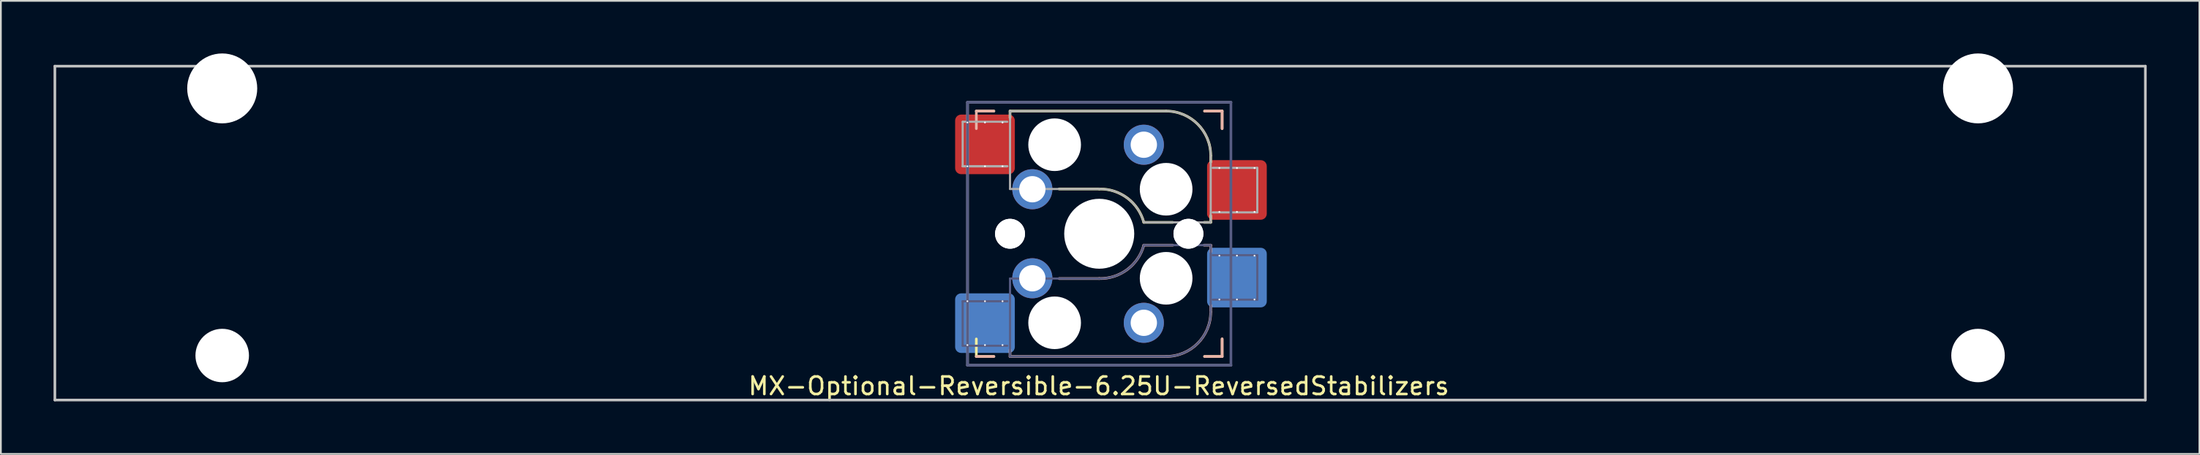
<source format=kicad_pcb>
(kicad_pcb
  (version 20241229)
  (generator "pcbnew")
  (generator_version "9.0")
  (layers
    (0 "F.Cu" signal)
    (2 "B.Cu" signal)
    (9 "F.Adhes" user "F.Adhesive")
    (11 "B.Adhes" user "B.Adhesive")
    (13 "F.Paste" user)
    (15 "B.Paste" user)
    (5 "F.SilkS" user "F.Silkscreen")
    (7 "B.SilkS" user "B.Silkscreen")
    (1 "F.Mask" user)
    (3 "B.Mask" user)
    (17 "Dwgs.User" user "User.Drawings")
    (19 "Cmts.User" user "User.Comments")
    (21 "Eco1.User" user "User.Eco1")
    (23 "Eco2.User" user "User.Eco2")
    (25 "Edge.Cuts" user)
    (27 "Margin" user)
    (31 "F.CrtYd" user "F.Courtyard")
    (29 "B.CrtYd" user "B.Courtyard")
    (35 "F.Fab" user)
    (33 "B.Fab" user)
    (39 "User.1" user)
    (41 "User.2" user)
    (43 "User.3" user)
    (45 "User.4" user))
  (footprint "MX-Optional-Reversible-6.25U-ReversedStabilizers"
    (layer "F.Cu")
    (at 59.606 10.249)
    (property "Reference" "MX-Optional-Reversible-6.25U-ReversedStabilizers" (at -0.077 8.726 180) (layer "F.SilkS") (effects (font (size 1 1) (thickness 0.15))))
    (attr smd)
    (fp_rect (start -8.258 -6.062) (end -4.858 -4.062) (stroke (width 0.1) (type solid)) (fill yes) (layer "F.Mask"))
    (fp_rect (start 6.092 -3.462) (end 9.492 -1.462) (stroke (width 0.1) (type solid)) (fill yes) (layer "F.Mask"))
    (fp_rect (start -4.858 4.138) (end -8.258 6.138) (stroke (width 0.1) (type solid)) (fill yes) (layer "B.Mask"))
    (fp_rect (start 9.492 1.538) (end 6.092 3.538) (stroke (width 0.1) (type solid)) (fill yes) (layer "B.Mask"))
    (fp_line (start -7.051 -6.962) (end -6.051 -6.962) (stroke (width 0.15) (type solid)) (layer "F.SilkS"))
    (fp_line (start -7.051 7.038) (end -7.051 6.038) (stroke (width 0.15) (type solid)) (layer "F.SilkS"))
    (fp_line (start -6.051 7.038) (end -7.051 7.038) (stroke (width 0.15) (type solid)) (layer "F.SilkS"))
    (fp_line (start -5.131 -6.581) (end -5.131 -6.962) (stroke (width 0.15) (type solid)) (layer "F.SilkS"))
    (fp_line (start -2.337 -2.517) (end -0.051 -2.517) (stroke (width 0.15) (type solid)) (layer "F.SilkS"))
    (fp_line (start 2.489 -0.612) (end 4.14 -0.612) (stroke (width 0.15) (type solid)) (layer "F.SilkS"))
    (fp_line (start 3.759 -6.962) (end -5.131 -6.962) (stroke (width 0.15) (type solid)) (layer "F.SilkS"))
    (fp_line (start 5.918 -0.612) (end 6.299 -0.612) (stroke (width 0.15) (type solid)) (layer "F.SilkS"))
    (fp_line (start 5.949 -6.962) (end 6.949 -6.962) (stroke (width 0.15) (type solid)) (layer "F.SilkS"))
    (fp_line (start 6.299 -4.041) (end 6.299 -4.422) (stroke (width 0.15) (type solid)) (layer "F.SilkS"))
    (fp_line (start 6.299 -0.612) (end 6.299 -0.993) (stroke (width 0.15) (type solid)) (layer "F.SilkS"))
    (fp_line (start 6.949 -6.962) (end 6.949 -5.962) (stroke (width 0.15) (type solid)) (layer "F.SilkS"))
    (fp_line (start 6.949 6.038) (end 6.949 7.038) (stroke (width 0.15) (type solid)) (layer "F.SilkS"))
    (fp_line (start 6.949 7.038) (end 5.949 7.038) (stroke (width 0.15) (type solid)) (layer "F.SilkS"))
    (fp_arc (start -0.05085 -2.51696) (mid 1.54712 -2.001754) (end 2.48915 -0.61196) (stroke (width 0.15) (type solid)) (layer "F.SilkS"))
    (fp_arc (start 3.75915 -6.96196) (mid 5.555201 -6.218011) (end 6.29915 -4.42196) (stroke (width 0.15) (type solid)) (layer "F.SilkS"))
    (fp_line (start -7.051 -6.962) (end -6.051 -6.962) (stroke (width 0.15) (type solid)) (layer "B.SilkS"))
    (fp_line (start -7.05 -6.96) (end -7.05 -5.96) (stroke (width 0.15) (type solid)) (layer "B.SilkS"))
    (fp_line (start -6.051 7.038) (end -7.051 7.038) (stroke (width 0.15) (type solid)) (layer "B.SilkS"))
    (fp_line (start -5.131 7.038) (end -5.131 6.657) (stroke (width 0.15) (type solid)) (layer "B.SilkS"))
    (fp_line (start -5.131 7.038) (end 3.759 7.038) (stroke (width 0.15) (type solid)) (layer "B.SilkS"))
    (fp_line (start -0.051 2.593) (end -2.337 2.593) (stroke (width 0.15) (type solid)) (layer "B.SilkS"))
    (fp_line (start 4.14 0.688) (end 2.489 0.688) (stroke (width 0.15) (type solid)) (layer "B.SilkS"))
    (fp_line (start 5.949 -6.962) (end 6.949 -6.962) (stroke (width 0.15) (type solid)) (layer "B.SilkS"))
    (fp_line (start 6.299 0.688) (end 5.918 0.688) (stroke (width 0.15) (type solid)) (layer "B.SilkS"))
    (fp_line (start 6.299 1.069) (end 6.299 0.688) (stroke (width 0.15) (type solid)) (layer "B.SilkS"))
    (fp_line (start 6.299 4.498) (end 6.299 4.117) (stroke (width 0.15) (type solid)) (layer "B.SilkS"))
    (fp_line (start 6.949 -6.962) (end 6.949 -5.962) (stroke (width 0.15) (type solid)) (layer "B.SilkS"))
    (fp_line (start 6.949 6.038) (end 6.949 7.038) (stroke (width 0.15) (type solid)) (layer "B.SilkS"))
    (fp_line (start 6.949 7.038) (end 5.949 7.038) (stroke (width 0.15) (type solid)) (layer "B.SilkS"))
    (fp_arc (start 2.48915 0.68804) (mid 1.547119 2.077831) (end -0.05085 2.59304) (stroke (width 0.15) (type solid)) (layer "B.SilkS"))
    (fp_arc (start 6.29915 4.49804) (mid 5.555201 6.294091) (end 3.75915 7.03804) (stroke (width 0.15) (type solid)) (layer "B.SilkS"))
    (fp_line (start -59.531 9.525) (end -59.531 -9.525) (stroke (width 0.15) (type solid)) (layer "Dwgs.User"))
    (fp_line (start 59.531 -9.525) (end -59.531 -9.525) (stroke (width 0.15) (type solid)) (layer "Dwgs.User"))
    (fp_line (start 59.531 9.525) (end -59.531 9.525) (stroke (width 0.15) (type solid)) (layer "Dwgs.User"))
    (fp_line (start 59.531 9.525) (end 59.531 -9.525) (stroke (width 0.15) (type solid)) (layer "Dwgs.User"))
    (fp_line (start -6.951 6.938) (end 6.849 6.938) (stroke (width 0.15) (type solid)) (layer "Eco2.User"))
    (fp_line (start -6.95 -6.86) (end -6.95 6.94) (stroke (width 0.15) (type solid)) (layer "Eco2.User"))
    (fp_line (start 6.848 6.94) (end 6.848 -6.86) (stroke (width 0.15) (type solid)) (layer "Eco2.User"))
    (fp_line (start 6.849 -6.862) (end -6.951 -6.862) (stroke (width 0.15) (type solid)) (layer "Eco2.User"))
    (fp_line (start -7.828 3.888) (end -7.828 6.428) (stroke (width 0.12) (type solid)) (layer "B.Fab"))
    (fp_line (start -7.828 6.428) (end -5.288 6.428) (stroke (width 0.12) (type solid)) (layer "B.Fab"))
    (fp_line (start -7.551 -7.462) (end 7.449 -7.462) (stroke (width 0.15) (type solid)) (layer "B.Fab"))
    (fp_line (start -7.551 7.538) (end -7.551 -7.462) (stroke (width 0.15) (type solid)) (layer "B.Fab"))
    (fp_line (start -5.288 3.888) (end -7.828 3.888) (stroke (width 0.12) (type solid)) (layer "B.Fab"))
    (fp_line (start -5.288 3.888) (end -7.828 3.888) (stroke (width 0.12) (type solid)) (layer "B.Fab"))
    (fp_line (start -5.131 2.593) (end -5.131 7.038) (stroke (width 0.12) (type solid)) (layer "B.Fab"))
    (fp_line (start -5.131 7.038) (end 3.759 7.038) (stroke (width 0.12) (type solid)) (layer "B.Fab"))
    (fp_line (start -0.051 2.593) (end -5.131 2.593) (stroke (width 0.12) (type solid)) (layer "B.Fab"))
    (fp_line (start 6.299 0.688) (end 2.489 0.688) (stroke (width 0.12) (type solid)) (layer "B.Fab"))
    (fp_line (start 6.299 4.498) (end 6.299 0.688) (stroke (width 0.12) (type solid)) (layer "B.Fab"))
    (fp_line (start 6.412 3.798) (end 8.952 3.798) (stroke (width 0.12) (type solid)) (layer "B.Fab"))
    (fp_line (start 7.449 -7.462) (end 7.449 7.538) (stroke (width 0.15) (type solid)) (layer "B.Fab"))
    (fp_line (start 7.449 7.538) (end -7.551 7.538) (stroke (width 0.15) (type solid)) (layer "B.Fab"))
    (fp_line (start 8.952 1.258) (end 6.412 1.258) (stroke (width 0.12) (type solid)) (layer "B.Fab"))
    (fp_line (start 8.952 3.798) (end 8.952 1.258) (stroke (width 0.12) (type solid)) (layer "B.Fab"))
    (fp_arc (start 2.48915 0.68804) (mid 1.547122 2.077836) (end -0.05085 2.59304) (stroke (width 0.12) (type solid)) (layer "B.Fab"))
    (fp_arc (start 6.29915 4.49804) (mid 5.555201 6.294091) (end 3.75915 7.03804) (stroke (width 0.12) (type solid)) (layer "B.Fab"))
    (fp_line (start -7.828 -6.352) (end -7.828 -3.812) (stroke (width 0.12) (type solid)) (layer "F.Fab"))
    (fp_line (start -7.828 -3.812) (end -5.288 -3.812) (stroke (width 0.12) (type solid)) (layer "F.Fab"))
    (fp_line (start -7.828 -3.812) (end -5.288 -3.812) (stroke (width 0.12) (type solid)) (layer "F.Fab"))
    (fp_line (start -7.551 -7.462) (end 7.449 -7.462) (stroke (width 0.15) (type solid)) (layer "F.Fab"))
    (fp_line (start -7.551 7.538) (end -7.551 -7.462) (stroke (width 0.15) (type solid)) (layer "F.Fab"))
    (fp_line (start -5.288 -6.352) (end -7.828 -6.352) (stroke (width 0.12) (type solid)) (layer "F.Fab"))
    (fp_line (start -5.131 -6.962) (end -5.131 -2.517) (stroke (width 0.12) (type solid)) (layer "F.Fab"))
    (fp_line (start -5.131 -2.517) (end -0.051 -2.517) (stroke (width 0.12) (type solid)) (layer "F.Fab"))
    (fp_line (start 2.489 -0.612) (end 6.299 -0.612) (stroke (width 0.12) (type solid)) (layer "F.Fab"))
    (fp_line (start 3.759 -6.962) (end -5.131 -6.962) (stroke (width 0.12) (type solid)) (layer "F.Fab"))
    (fp_line (start 6.299 -0.612) (end 6.299 -4.422) (stroke (width 0.12) (type solid)) (layer "F.Fab"))
    (fp_line (start 6.412 -1.182) (end 8.952 -1.182) (stroke (width 0.12) (type solid)) (layer "F.Fab"))
    (fp_line (start 7.449 7.538) (end -7.551 7.538) (stroke (width 0.15) (type solid)) (layer "F.Fab"))
    (fp_line (start 8.952 -3.722) (end 6.412 -3.722) (stroke (width 0.12) (type solid)) (layer "F.Fab"))
    (fp_line (start 8.952 -1.182) (end 8.952 -3.722) (stroke (width 0.12) (type solid)) (layer "F.Fab"))
    (fp_arc (start -0.05085 -2.51696) (mid 1.547122 -2.001755) (end 2.48915 -0.61196) (stroke (width 0.12) (type solid)) (layer "F.Fab"))
    (fp_arc (start 3.75915 -6.96196) (mid 5.555201 -6.218011) (end 6.29915 -4.42196) (stroke (width 0.12) (type solid)) (layer "F.Fab"))
    (pad "" np_thru_hole circle (at -50 -8.255) (size 3.988 3.988) (drill 3.988) (layers "*.Cu" "*.Mask"))
    (pad "" np_thru_hole circle (at -50 6.985) (size 3.048 3.048) (drill 3.048) (layers "*.Cu" "*.Mask"))
    (pad "" np_thru_hole circle (at -5.131 0.038) (size 1.702 1.702) (drill 1.702) (layers "*.Cu" "*.Mask"))
    (pad "" np_thru_hole circle (at -5.131 0.038 180) (size 1.702 1.702) (drill 1.702) (layers "*.Cu" "*.Mask"))
    (pad "" np_thru_hole circle (at -2.591 -5.042) (size 3 3) (drill 3) (layers "*.Cu" "*.Mask"))
    (pad "" np_thru_hole circle (at -2.591 5.118 180) (size 3 3) (drill 3) (layers "*.Cu" "*.Mask"))
    (pad "" np_thru_hole circle (at -0.051 0.038) (size 3.988 3.988) (drill 3.988) (layers "*.Cu" "*.Mask"))
    (pad "" np_thru_hole circle (at 3.759 -2.502) (size 3 3) (drill 3) (layers "*.Cu" "*.Mask"))
    (pad "" np_thru_hole circle (at 3.759 2.578 180) (size 3 3) (drill 3) (layers "*.Cu" "*.Mask"))
    (pad "" np_thru_hole circle (at 5.029 0.038) (size 1.702 1.702) (drill 1.702) (layers "*.Cu" "*.Mask"))
    (pad "" np_thru_hole circle (at 5.029 0.038 180) (size 1.702 1.702) (drill 1.702) (layers "*.Cu" "*.Mask"))
    (pad "" np_thru_hole circle (at 50 -8.255) (size 3.988 3.988) (drill 3.988) (layers "*.Cu" "*.Mask"))
    (pad "" np_thru_hole circle (at 50 6.985) (size 3.048 3.048) (drill 3.048) (layers "*.Cu" "*.Mask"))
    (pad "1" thru_hole circle (at -7.558 -6.312 270) (size 0.1 0.1) (drill 0.3) (layers "*.Cu" "*.Mask"))
    (pad "1" thru_hole circle (at -7.558 -3.812 270) (size 0.1 0.1) (drill 0.3) (layers "*.Cu" "*.Mask"))
    (pad "1" thru_hole circle (at -7.558 3.888 270) (size 0.1 0.1) (drill 0.3) (layers "*.Cu" "*.Mask"))
    (pad "1" thru_hole circle (at -7.558 6.388 270) (size 0.1 0.1) (drill 0.3) (layers "*.Cu" "*.Mask"))
    (pad "1" thru_hole circle (at -6.558 -6.312 270) (size 0.1 0.1) (drill 0.3) (layers "*.Cu"))
    (pad "1" smd roundrect (at -6.558 -5.062 180) (size 3.4 3.4) (property pad_prop_bga) (layers "F.Cu" "F.Paste") (roundrect_rratio 0.1))
    (pad "1" thru_hole circle (at -6.558 -3.812 270) (size 0.1 0.1) (drill 0.3) (layers "*.Cu" "*.Mask"))
    (pad "1" thru_hole circle (at -6.558 3.888 270) (size 0.1 0.1) (drill 0.3) (layers "*.Cu" "*.Mask"))
    (pad "1" smd roundrect (at -6.558 5.138) (size 3.4 3.4) (property pad_prop_bga) (layers "B.Cu" "B.Paste") (roundrect_rratio 0.1))
    (pad "1" thru_hole circle (at -6.558 6.388 270) (size 0.1 0.1) (drill 0.3) (layers "*.Cu"))
    (pad "1" thru_hole circle (at -5.558 -6.312 270) (size 0.1 0.1) (drill 0.3) (layers "*.Cu"))
    (pad "1" thru_hole circle (at -5.558 -3.812 270) (size 0.1 0.1) (drill 0.3) (layers "*.Cu" "*.Mask"))
    (pad "1" thru_hole circle (at -5.558 3.888 270) (size 0.1 0.1) (drill 0.3) (layers "*.Cu" "*.Mask"))
    (pad "1" thru_hole circle (at -5.558 6.388 270) (size 0.1 0.1) (drill 0.3) (layers "*.Cu"))
    (pad "1" thru_hole circle (at -3.861 -2.502) (size 2.286 2.286) (drill 1.499) (layers "*.Cu" "*.Mask"))
    (pad "1" thru_hole circle (at -3.861 2.578 180) (size 2.286 2.286) (drill 1.499) (layers "*.Cu" "*.Mask"))
    (pad "2" thru_hole circle (at 2.489 -5.042) (size 2.286 2.286) (drill 1.499) (layers "*.Cu" "*.Mask"))
    (pad "2" thru_hole circle (at 2.489 5.118 180) (size 2.286 2.286) (drill 1.499) (layers "*.Cu" "*.Mask"))
    (pad "2" thru_hole circle (at 6.792 -3.712 270) (size 0.1 0.1) (drill 0.3) (layers "*.Cu" "*.Mask"))
    (pad "2" thru_hole circle (at 6.792 -1.212 270) (size 0.1 0.1) (drill 0.3) (layers "*.Cu" "*.Mask"))
    (pad "2" thru_hole circle (at 6.792 1.288 270) (size 0.1 0.1) (drill 0.3) (layers "*.Cu" "*.Mask"))
    (pad "2" thru_hole circle (at 6.792 3.788 270) (size 0.1 0.1) (drill 0.3) (layers "*.Cu" "*.Mask"))
    (pad "2" thru_hole circle (at 7.792 -3.712 270) (size 0.1 0.1) (drill 0.3) (layers "*.Cu"))
    (pad "2" smd roundrect (at 7.792 -2.462 180) (size 3.4 3.4) (property pad_prop_bga) (layers "F.Cu" "F.Paste") (roundrect_rratio 0.1))
    (pad "2" thru_hole circle (at 7.792 -1.212 270) (size 0.1 0.1) (drill 0.3) (layers "*.Cu" "*.Mask"))
    (pad "2" thru_hole circle (at 7.792 1.288 270) (size 0.1 0.1) (drill 0.3) (layers "*.Cu" "*.Mask"))
    (pad "2" smd roundrect (at 7.792 2.538) (size 3.4 3.4) (property pad_prop_bga) (layers "B.Cu" "B.Paste") (roundrect_rratio 0.1))
    (pad "2" thru_hole circle (at 7.792 3.788 270) (size 0.1 0.1) (drill 0.3) (layers "*.Cu"))
    (pad "2" thru_hole circle (at 8.792 -3.712 270) (size 0.1 0.1) (drill 0.3) (layers "*.Cu"))
    (pad "2" thru_hole circle (at 8.792 -1.212 270) (size 0.1 0.1) (drill 0.3) (layers "*.Cu" "*.Mask"))
    (pad "2" thru_hole circle (at 8.792 1.288 270) (size 0.1 0.1) (drill 0.3) (layers "*.Cu" "*.Mask"))
    (pad "2" thru_hole circle (at 8.792 3.788 270) (size 0.1 0.1) (drill 0.3) (layers "*.Cu")))
  (gr_rect
    (start -3 -3)
    (end 122.213 22.849)
    (stroke (width 0.1) (type default))
    (fill no)
    (layer "Edge.Cuts")))
</source>
